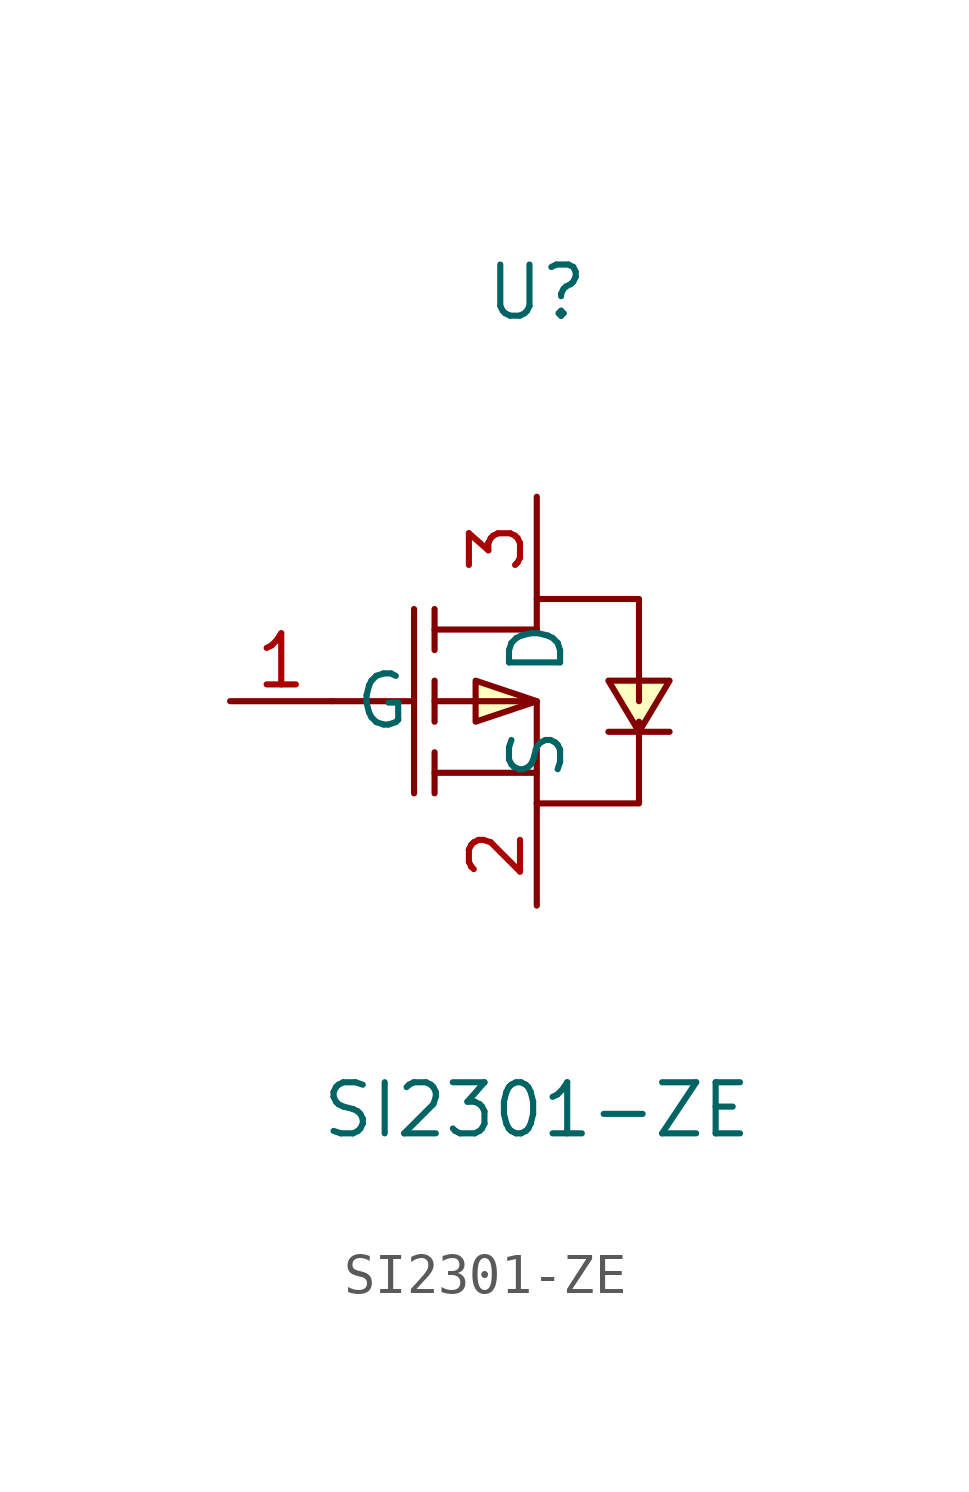
<source format=kicad_sym>
(kicad_symbol_lib
  (version 20211014)
  (generator https://github.com/uPesy/easyeda2kicad.py)
  (symbol "SI2301-ZE"
    (property "Reference" "U"
      (at 0 10.16 0)
      (effects (font (size 1.27 1.27))))
    (property "Value" "SI2301-ZE"
      (at 0 -10.16 0)
      (effects (font (size 1.27 1.27))))
    (symbol "SI2301-ZE_0_1"
      (polyline (pts (xy 1.78 -0.76) (xy 2.03 -0.76) (xy 3.05 -0.76) (xy 3.30 -0.76)) (stroke (width 0) (type default) (color 0 0 0 0)) (fill (type none)))
      (polyline (pts (xy -5.08 -0.00) (xy -3.05 -0.00)) (stroke (width 0) (type default) (color 0 0 0 0)) (fill (type none)))
      (polyline (pts (xy -2.54 -2.29) (xy -2.54 -1.27)) (stroke (width 0) (type default) (color 0 0 0 0)) (fill (type none)))
      (polyline (pts (xy -2.54 -0.51) (xy -2.54 0.51)) (stroke (width 0) (type default) (color 0 0 0 0)) (fill (type none)))
      (polyline (pts (xy -2.54 1.27) (xy -2.54 2.29)) (stroke (width 0) (type default) (color 0 0 0 0)) (fill (type none)))
      (polyline (pts (xy -3.05 2.29) (xy -3.05 -2.29)) (stroke (width 0) (type default) (color 0 0 0 0)) (fill (type none)))
      (polyline (pts (xy 0.00 -1.78) (xy -2.54 -1.78)) (stroke (width 0) (type default) (color 0 0 0 0)) (fill (type none)))
      (polyline (pts (xy -2.54 -0.00) (xy 0.00 -0.00) (xy 0.00 -2.54)) (stroke (width 0) (type default) (color 0 0 0 0)) (fill (type none)))
      (polyline (pts (xy 0.00 1.78) (xy -2.54 1.78)) (stroke (width 0) (type default) (color 0 0 0 0)) (fill (type none)))
      (polyline (pts (xy 0.00 1.78) (xy 0.00 2.54) (xy 2.54 2.54) (xy 2.54 -0.00)) (stroke (width 0) (type default) (color 0 0 0 0)) (fill (type none)))
      (polyline (pts (xy 0.00 -2.54) (xy 2.54 -2.54) (xy 2.54 -0.51)) (stroke (width 0) (type default) (color 0 0 0 0)) (fill (type none)))
      (polyline (pts (xy 2.54 -0.76) (xy 1.78 0.51) (xy 3.30 0.51) (xy 2.54 -0.76)) (stroke (width 0) (type default) (color 0 0 0 0)) (fill (type background)))
      (polyline (pts (xy 0.00 -0.00) (xy -1.52 0.51) (xy -1.52 -0.51) (xy 0.00 -0.00)) (stroke (width 0) (type default) (color 0 0 0 0)) (fill (type background)))
      (pin unspecified line (at 0.00 -5.08 90) (length 2.54) (name "S" (effects (font (size 1.27 1.27)))) (number "2" (effects (font (size 1.27 1.27)))))
      (pin unspecified line (at -7.62 -0.00 0) (length 2.54) (name "G" (effects (font (size 1.27 1.27)))) (number "1" (effects (font (size 1.27 1.27)))))
      (pin unspecified line (at 0.00 5.08 270) (length 2.54) (name "D" (effects (font (size 1.27 1.27)))) (number "3" (effects (font (size 1.27 1.27))))))))
</source>
